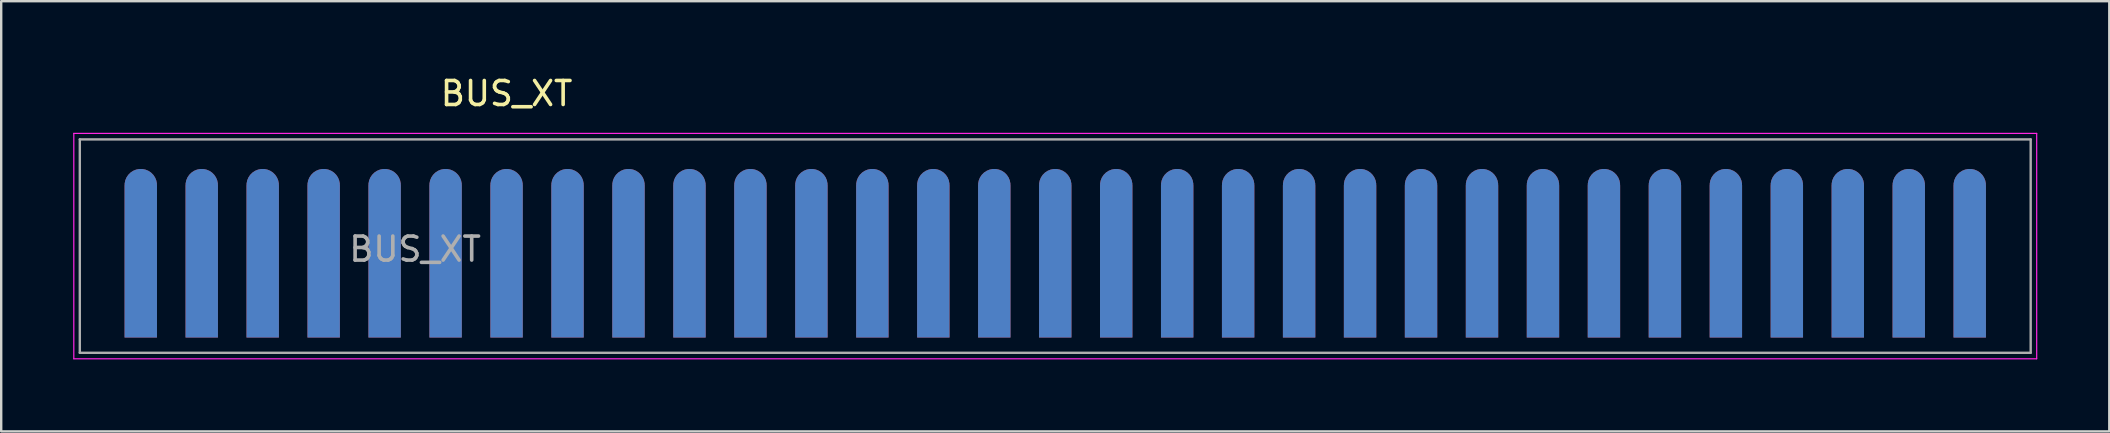
<source format=kicad_pcb>
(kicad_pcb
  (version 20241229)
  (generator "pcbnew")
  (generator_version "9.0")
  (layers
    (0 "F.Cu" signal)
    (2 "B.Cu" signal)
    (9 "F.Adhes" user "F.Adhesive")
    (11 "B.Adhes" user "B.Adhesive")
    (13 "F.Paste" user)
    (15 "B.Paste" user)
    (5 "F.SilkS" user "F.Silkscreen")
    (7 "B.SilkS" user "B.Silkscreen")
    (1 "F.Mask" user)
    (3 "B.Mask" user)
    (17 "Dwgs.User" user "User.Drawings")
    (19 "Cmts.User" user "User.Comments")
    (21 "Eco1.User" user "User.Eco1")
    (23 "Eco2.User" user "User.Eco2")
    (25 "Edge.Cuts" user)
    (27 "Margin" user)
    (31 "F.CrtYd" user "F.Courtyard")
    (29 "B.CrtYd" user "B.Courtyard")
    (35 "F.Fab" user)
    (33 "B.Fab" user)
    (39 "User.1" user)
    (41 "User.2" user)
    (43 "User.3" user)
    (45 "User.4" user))
  (footprint "BUS_XT"
    (layer "F.Cu")
    (at 79.015 7.838)
    (property "Reference" "BUS_XT" (at -60.96 -6.99 0) (layer "F.SilkS") (effects (font (size 1 1) (thickness 0.15))))
    (attr exclude_from_pos_files exclude_from_bom)
    (fp_poly (pts (xy 1.016 3.81) (xy -77.216 3.81) (xy -77.216 -4.191) (xy 1.016 -4.191)) (stroke (width 0.1) (type solid)) (fill yes) (layer "F.Mask"))
    (fp_poly (pts (xy 1.016 3.81) (xy -77.216 3.81) (xy -77.216 -4.191) (xy 1.016 -4.191)) (stroke (width 0.1) (type solid)) (fill yes) (layer "B.Mask"))
    (fp_line (start -78.99 -5.33) (end -78.99 4.06) (stroke (width 0.05) (type solid)) (layer "F.CrtYd"))
    (fp_line (start -78.99 -5.33) (end 2.79 -5.33) (stroke (width 0.05) (type solid)) (layer "F.CrtYd"))
    (fp_line (start 2.79 4.06) (end -78.99 4.06) (stroke (width 0.05) (type solid)) (layer "F.CrtYd"))
    (fp_line (start 2.79 4.06) (end 2.79 -5.33) (stroke (width 0.05) (type solid)) (layer "F.CrtYd"))
    (fp_line (start -78.74 -5.08) (end 2.54 -5.08) (stroke (width 0.1) (type solid)) (layer "F.Fab"))
    (fp_line (start -78.74 3.81) (end -78.74 -5.08) (stroke (width 0.1) (type solid)) (layer "F.Fab"))
    (fp_line (start 2.54 -5.08) (end 2.54 3.81) (stroke (width 0.1) (type solid)) (layer "F.Fab"))
    (fp_line (start 2.54 3.81) (end -78.74 3.81) (stroke (width 0.1) (type solid)) (layer "F.Fab"))
    (fp_text user "${REFERENCE}" (at -64.77 -0.508 0) (layer "F.Fab") (effects (font (size 1 1) (thickness 0.15))))
    (pad "1" connect custom (at 0 0 180) (size 1.35 6.35) (layers "B.Cu" "B.Mask") (options (anchor rect)) (primitives (gr_circle (center 0 3.175) (end 0.675 3.175) (width 0) (fill yes))))
    (pad "2" connect custom (at -2.54 0 180) (size 1.35 6.35) (layers "B.Cu" "B.Mask") (options (anchor rect)) (primitives (gr_circle (center 0 3.175) (end 0.675 3.175) (width 0) (fill yes))))
    (pad "3" connect custom (at -5.08 0 180) (size 1.35 6.35) (layers "B.Cu" "B.Mask") (options (anchor rect)) (primitives (gr_circle (center 0 3.175) (end 0.675 3.175) (width 0) (fill yes))))
    (pad "4" connect custom (at -7.62 0 180) (size 1.35 6.35) (layers "B.Cu" "B.Mask") (options (anchor rect)) (primitives (gr_circle (center 0 3.175) (end 0.675 3.175) (width 0) (fill yes))))
    (pad "5" connect custom (at -10.16 0 180) (size 1.35 6.35) (layers "B.Cu" "B.Mask") (options (anchor rect)) (primitives (gr_circle (center 0 3.175) (end 0.675 3.175) (width 0) (fill yes))))
    (pad "6" connect custom (at -12.7 0 180) (size 1.35 6.35) (layers "B.Cu" "B.Mask") (options (anchor rect)) (primitives (gr_circle (center 0 3.175) (end 0.675 3.175) (width 0) (fill yes))))
    (pad "7" connect custom (at -15.24 0 180) (size 1.35 6.35) (layers "B.Cu" "B.Mask") (options (anchor rect)) (primitives (gr_circle (center 0 3.175) (end 0.675 3.175) (width 0) (fill yes))))
    (pad "8" connect custom (at -17.78 0 180) (size 1.35 6.35) (layers "B.Cu" "B.Mask") (options (anchor rect)) (primitives (gr_circle (center 0 3.175) (end 0.675 3.175) (width 0) (fill yes))))
    (pad "9" connect custom (at -20.32 0 180) (size 1.35 6.35) (layers "B.Cu" "B.Mask") (options (anchor rect)) (primitives (gr_circle (center 0 3.175) (end 0.675 3.175) (width 0) (fill yes))))
    (pad "10" connect custom (at -22.86 0 180) (size 1.35 6.35) (layers "B.Cu" "B.Mask") (options (anchor rect)) (primitives (gr_circle (center 0 3.175) (end 0.675 3.175) (width 0) (fill yes))))
    (pad "11" connect custom (at -25.4 0 180) (size 1.35 6.35) (layers "B.Cu" "B.Mask") (options (anchor rect)) (primitives (gr_circle (center 0 3.175) (end 0.675 3.175) (width 0) (fill yes))))
    (pad "12" connect custom (at -27.94 0 180) (size 1.35 6.35) (layers "B.Cu" "B.Mask") (options (anchor rect)) (primitives (gr_circle (center 0 3.175) (end 0.675 3.175) (width 0) (fill yes))))
    (pad "13" connect custom (at -30.48 0 180) (size 1.35 6.35) (layers "B.Cu" "B.Mask") (options (anchor rect)) (primitives (gr_circle (center 0 3.175) (end 0.675 3.175) (width 0) (fill yes))))
    (pad "14" connect custom (at -33.02 0 180) (size 1.35 6.35) (layers "B.Cu" "B.Mask") (options (anchor rect)) (primitives (gr_circle (center 0 3.175) (end 0.675 3.175) (width 0) (fill yes))))
    (pad "15" connect custom (at -35.56 0 180) (size 1.35 6.35) (layers "B.Cu" "B.Mask") (options (anchor rect)) (primitives (gr_circle (center 0 3.175) (end 0.675 3.175) (width 0) (fill yes))))
    (pad "16" connect custom (at -38.1 0 180) (size 1.35 6.35) (layers "B.Cu" "B.Mask") (options (anchor rect)) (primitives (gr_circle (center 0 3.175) (end 0.675 3.175) (width 0) (fill yes))))
    (pad "17" connect custom (at -40.64 0 180) (size 1.35 6.35) (layers "B.Cu" "B.Mask") (options (anchor rect)) (primitives (gr_circle (center 0 3.175) (end 0.675 3.175) (width 0) (fill yes))))
    (pad "18" connect custom (at -43.18 0 180) (size 1.35 6.35) (layers "B.Cu" "B.Mask") (options (anchor rect)) (primitives (gr_circle (center 0 3.175) (end 0.675 3.175) (width 0) (fill yes))))
    (pad "19" connect custom (at -45.72 0 180) (size 1.35 6.35) (layers "B.Cu" "B.Mask") (options (anchor rect)) (primitives (gr_circle (center 0 3.175) (end 0.675 3.175) (width 0) (fill yes))))
    (pad "20" connect custom (at -48.26 0 180) (size 1.35 6.35) (layers "B.Cu" "B.Mask") (options (anchor rect)) (primitives (gr_circle (center 0 3.175) (end 0.675 3.175) (width 0) (fill yes))))
    (pad "21" connect custom (at -50.8 0 180) (size 1.35 6.35) (layers "B.Cu" "B.Mask") (options (anchor rect)) (primitives (gr_circle (center 0 3.175) (end 0.675 3.175) (width 0) (fill yes))))
    (pad "22" connect custom (at -53.34 0 180) (size 1.35 6.35) (layers "B.Cu" "B.Mask") (options (anchor rect)) (primitives (gr_circle (center 0 3.175) (end 0.675 3.175) (width 0) (fill yes))))
    (pad "23" connect custom (at -55.88 0 180) (size 1.35 6.35) (layers "B.Cu" "B.Mask") (options (anchor rect)) (primitives (gr_circle (center 0 3.175) (end 0.675 3.175) (width 0) (fill yes))))
    (pad "24" connect custom (at -58.42 0 180) (size 1.35 6.35) (layers "B.Cu" "B.Mask") (options (anchor rect)) (primitives (gr_circle (center 0 3.175) (end 0.675 3.175) (width 0) (fill yes))))
    (pad "25" connect custom (at -60.96 0 180) (size 1.35 6.35) (layers "B.Cu" "B.Mask") (options (anchor rect)) (primitives (gr_circle (center 0 3.175) (end 0.675 3.175) (width 0) (fill yes))))
    (pad "26" connect custom (at -63.5 0 180) (size 1.35 6.35) (layers "B.Cu" "B.Mask") (options (anchor rect)) (primitives (gr_circle (center 0 3.175) (end 0.675 3.175) (width 0) (fill yes))))
    (pad "27" connect custom (at -66.04 0 180) (size 1.35 6.35) (layers "B.Cu" "B.Mask") (options (anchor rect)) (primitives (gr_circle (center 0 3.175) (end 0.675 3.175) (width 0) (fill yes))))
    (pad "28" connect custom (at -68.58 0 180) (size 1.35 6.35) (layers "B.Cu" "B.Mask") (options (anchor rect)) (primitives (gr_circle (center 0 3.175) (end 0.675 3.175) (width 0) (fill yes))))
    (pad "29" connect custom (at -71.12 0 180) (size 1.35 6.35) (layers "B.Cu" "B.Mask") (options (anchor rect)) (primitives (gr_circle (center 0 3.175) (end 0.675 3.175) (width 0) (fill yes))))
    (pad "30" connect custom (at -73.66 0 180) (size 1.35 6.35) (layers "B.Cu" "B.Mask") (options (anchor rect)) (primitives (gr_circle (center 0 3.175) (end 0.675 3.175) (width 0) (fill yes))))
    (pad "31" connect custom (at -76.2 0 180) (size 1.35 6.35) (layers "B.Cu" "B.Mask") (options (anchor rect)) (primitives (gr_circle (center 0 3.175) (end 0.675 3.175) (width 0) (fill yes))))
    (pad "32" connect custom (at 0 0) (size 1.35 6.35) (layers "F.Cu" "F.Mask") (options (anchor rect)) (primitives (gr_circle (center 0 -3.175) (end 0.675 -3.175) (width 0) (fill yes))))
    (pad "33" connect custom (at -2.54 0) (size 1.35 6.35) (layers "F.Cu" "F.Mask") (options (anchor rect)) (primitives (gr_circle (center 0 -3.175) (end 0.675 -3.175) (width 0) (fill yes))))
    (pad "34" connect custom (at -5.08 0) (size 1.35 6.35) (layers "F.Cu" "F.Mask") (options (anchor rect)) (primitives (gr_circle (center 0 -3.175) (end 0.675 -3.175) (width 0) (fill yes))))
    (pad "35" connect custom (at -7.62 0) (size 1.35 6.35) (layers "F.Cu" "F.Mask") (options (anchor rect)) (primitives (gr_circle (center 0 -3.175) (end 0.675 -3.175) (width 0) (fill yes))))
    (pad "36" connect custom (at -10.16 0) (size 1.35 6.35) (layers "F.Cu" "F.Mask") (options (anchor rect)) (primitives (gr_circle (center 0 -3.175) (end 0.675 -3.175) (width 0) (fill yes))))
    (pad "37" connect custom (at -12.7 0) (size 1.35 6.35) (layers "F.Cu" "F.Mask") (options (anchor rect)) (primitives (gr_circle (center 0 -3.175) (end 0.675 -3.175) (width 0) (fill yes))))
    (pad "38" connect custom (at -15.24 0) (size 1.35 6.35) (layers "F.Cu" "F.Mask") (options (anchor rect)) (primitives (gr_circle (center 0 -3.175) (end 0.675 -3.175) (width 0) (fill yes))))
    (pad "39" connect custom (at -17.78 0) (size 1.35 6.35) (layers "F.Cu" "F.Mask") (options (anchor rect)) (primitives (gr_circle (center 0 -3.175) (end 0.675 -3.175) (width 0) (fill yes))))
    (pad "40" connect custom (at -20.32 0) (size 1.35 6.35) (layers "F.Cu" "F.Mask") (options (anchor rect)) (primitives (gr_circle (center 0 -3.175) (end 0.675 -3.175) (width 0) (fill yes))))
    (pad "41" connect custom (at -22.86 0) (size 1.35 6.35) (layers "F.Cu" "F.Mask") (options (anchor rect)) (primitives (gr_circle (center 0 -3.175) (end 0.675 -3.175) (width 0) (fill yes))))
    (pad "42" connect custom (at -25.4 0) (size 1.35 6.35) (layers "F.Cu" "F.Mask") (options (anchor rect)) (primitives (gr_circle (center 0 -3.175) (end 0.675 -3.175) (width 0) (fill yes))))
    (pad "43" connect custom (at -27.94 0) (size 1.35 6.35) (layers "F.Cu" "F.Mask") (options (anchor rect)) (primitives (gr_circle (center 0 -3.175) (end 0.675 -3.175) (width 0) (fill yes))))
    (pad "44" connect custom (at -30.48 0) (size 1.35 6.35) (layers "F.Cu" "F.Mask") (options (anchor rect)) (primitives (gr_circle (center 0 -3.175) (end 0.675 -3.175) (width 0) (fill yes))))
    (pad "45" connect custom (at -33.02 0) (size 1.35 6.35) (layers "F.Cu" "F.Mask") (options (anchor rect)) (primitives (gr_circle (center 0 -3.175) (end 0.675 -3.175) (width 0) (fill yes))))
    (pad "46" connect custom (at -35.56 0) (size 1.35 6.35) (layers "F.Cu" "F.Mask") (options (anchor rect)) (primitives (gr_circle (center 0 -3.175) (end 0.675 -3.175) (width 0) (fill yes))))
    (pad "47" connect custom (at -38.1 0) (size 1.35 6.35) (layers "F.Cu" "F.Mask") (options (anchor rect)) (primitives (gr_circle (center 0 -3.175) (end 0.675 -3.175) (width 0) (fill yes))))
    (pad "48" connect custom (at -40.64 0) (size 1.35 6.35) (layers "F.Cu" "F.Mask") (options (anchor rect)) (primitives (gr_circle (center 0 -3.175) (end 0.675 -3.175) (width 0) (fill yes))))
    (pad "49" connect custom (at -43.18 0) (size 1.35 6.35) (layers "F.Cu" "F.Mask") (options (anchor rect)) (primitives (gr_circle (center 0 -3.175) (end 0.675 -3.175) (width 0) (fill yes))))
    (pad "50" connect custom (at -45.72 0) (size 1.35 6.35) (layers "F.Cu" "F.Mask") (options (anchor rect)) (primitives (gr_circle (center 0 -3.175) (end 0.675 -3.175) (width 0) (fill yes))))
    (pad "51" connect custom (at -48.26 0) (size 1.35 6.35) (layers "F.Cu" "F.Mask") (options (anchor rect)) (primitives (gr_circle (center 0 -3.175) (end 0.675 -3.175) (width 0) (fill yes))))
    (pad "52" connect custom (at -50.8 0) (size 1.35 6.35) (layers "F.Cu" "F.Mask") (options (anchor rect)) (primitives (gr_circle (center 0 -3.175) (end 0.675 -3.175) (width 0) (fill yes))))
    (pad "53" connect custom (at -53.34 0) (size 1.35 6.35) (layers "F.Cu" "F.Mask") (options (anchor rect)) (primitives (gr_circle (center 0 -3.175) (end 0.675 -3.175) (width 0) (fill yes))))
    (pad "54" connect custom (at -55.88 0) (size 1.35 6.35) (layers "F.Cu" "F.Mask") (options (anchor rect)) (primitives (gr_circle (center 0 -3.175) (end 0.675 -3.175) (width 0) (fill yes))))
    (pad "55" connect custom (at -58.42 0) (size 1.35 6.35) (layers "F.Cu" "F.Mask") (options (anchor rect)) (primitives (gr_circle (center 0 -3.175) (end 0.675 -3.175) (width 0) (fill yes))))
    (pad "56" connect custom (at -60.96 0) (size 1.35 6.35) (layers "F.Cu" "F.Mask") (options (anchor rect)) (primitives (gr_circle (center 0 -3.175) (end 0.675 -3.175) (width 0) (fill yes))))
    (pad "57" connect custom (at -63.5 0) (size 1.35 6.35) (layers "F.Cu" "F.Mask") (options (anchor rect)) (primitives (gr_circle (center 0 -3.175) (end 0.675 -3.175) (width 0) (fill yes))))
    (pad "58" connect custom (at -66.04 0) (size 1.35 6.35) (layers "F.Cu" "F.Mask") (options (anchor rect)) (primitives (gr_circle (center 0 -3.175) (end 0.675 -3.175) (width 0) (fill yes))))
    (pad "59" connect custom (at -68.58 0) (size 1.35 6.35) (layers "F.Cu" "F.Mask") (options (anchor rect)) (primitives (gr_circle (center 0 -3.175) (end 0.675 -3.175) (width 0) (fill yes))))
    (pad "60" connect custom (at -71.12 0) (size 1.35 6.35) (layers "F.Cu" "F.Mask") (options (anchor rect)) (primitives (gr_circle (center 0 -3.175) (end 0.675 -3.175) (width 0) (fill yes))))
    (pad "61" connect custom (at -73.66 0) (size 1.35 6.35) (layers "F.Cu" "F.Mask") (options (anchor rect)) (primitives (gr_circle (center 0 -3.175) (end 0.675 -3.175) (width 0) (fill yes))))
    (pad "62" connect custom (at -76.2 0) (size 1.35 6.35) (layers "F.Cu" "F.Mask") (options (anchor rect)) (primitives (gr_circle (center 0 -3.175) (end 0.675 -3.175) (width 0) (fill yes)))))
  (gr_rect
    (start -3 -3)
    (end 84.83 14.923)
    (stroke (width 0.1) (type default))
    (fill no)
    (layer "Edge.Cuts")))
</source>
